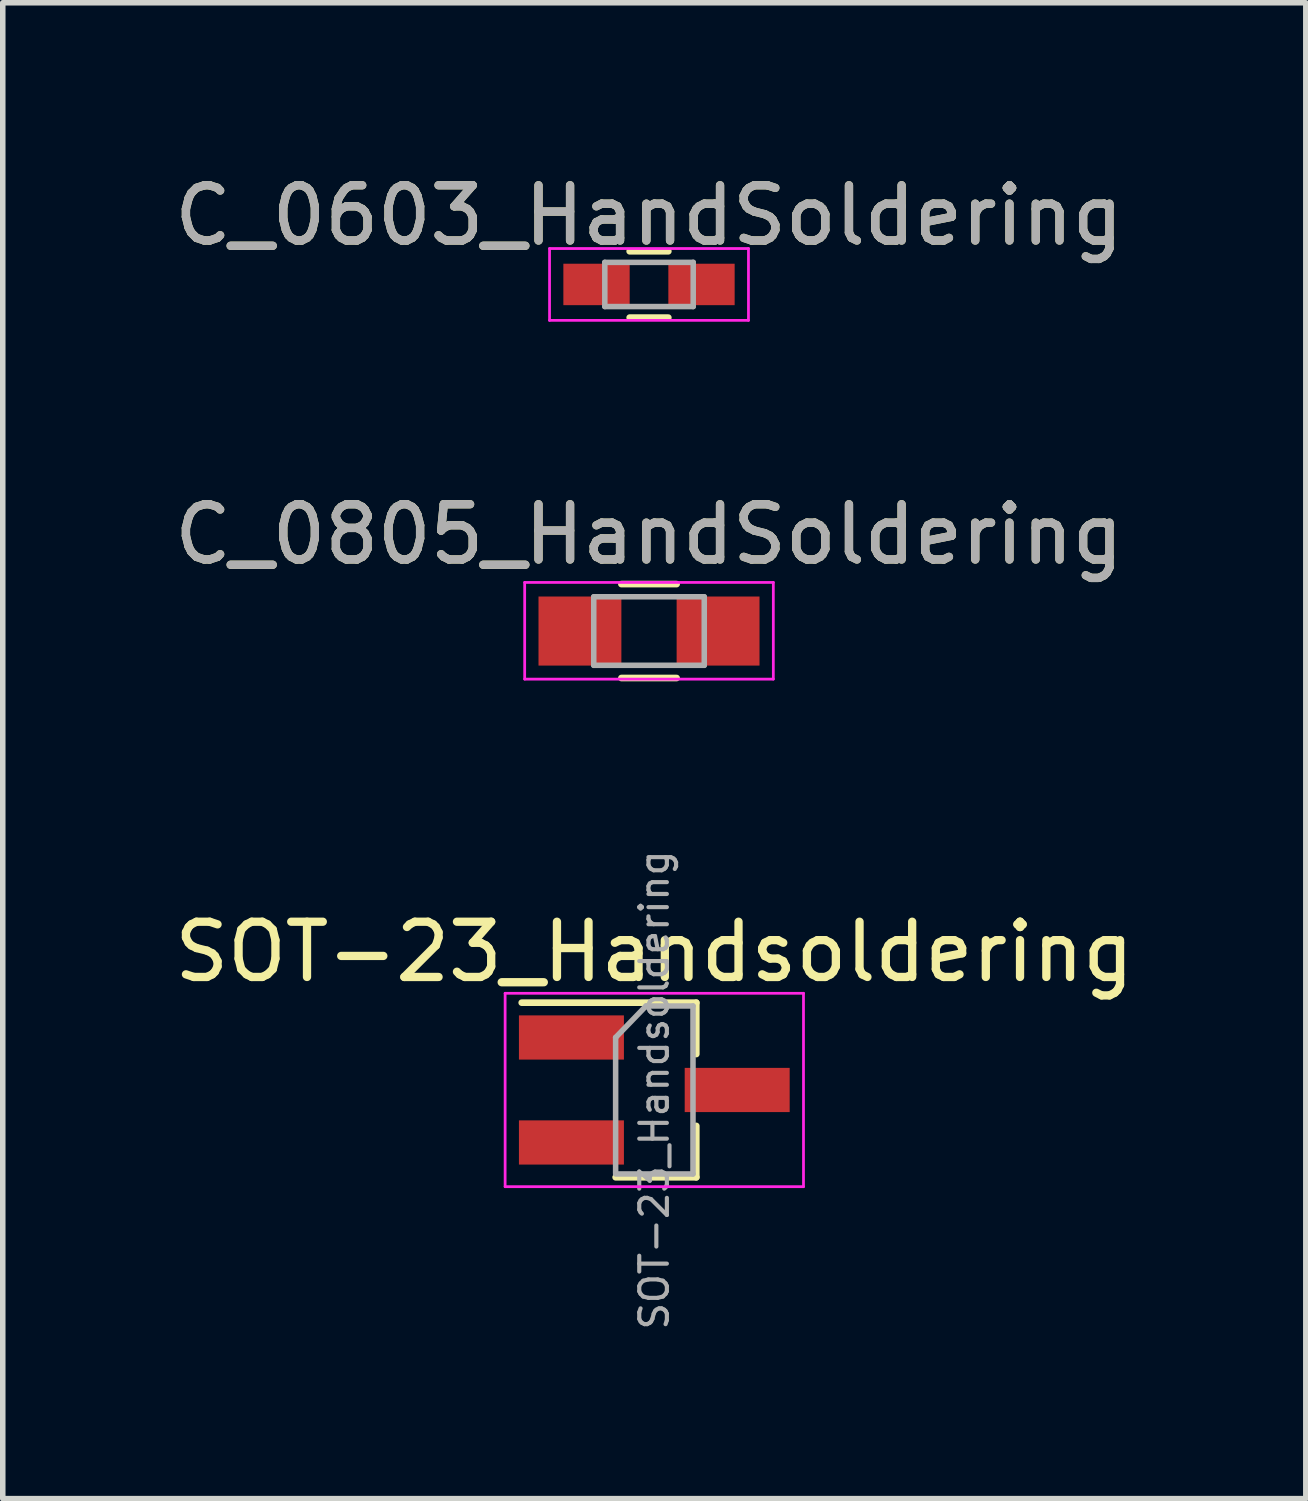
<source format=kicad_pcb>
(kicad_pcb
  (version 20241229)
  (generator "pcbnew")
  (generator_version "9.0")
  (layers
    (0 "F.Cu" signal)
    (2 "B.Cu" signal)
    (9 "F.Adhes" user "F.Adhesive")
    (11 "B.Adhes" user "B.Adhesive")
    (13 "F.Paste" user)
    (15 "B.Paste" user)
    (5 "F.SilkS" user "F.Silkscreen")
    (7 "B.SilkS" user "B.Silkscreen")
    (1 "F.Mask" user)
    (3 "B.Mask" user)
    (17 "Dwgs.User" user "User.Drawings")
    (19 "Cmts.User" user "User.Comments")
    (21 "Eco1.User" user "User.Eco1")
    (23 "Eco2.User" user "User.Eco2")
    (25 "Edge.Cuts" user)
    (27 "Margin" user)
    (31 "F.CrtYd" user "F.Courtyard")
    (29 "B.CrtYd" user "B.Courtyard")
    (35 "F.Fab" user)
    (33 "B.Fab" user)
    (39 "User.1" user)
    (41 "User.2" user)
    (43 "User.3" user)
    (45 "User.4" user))
  (footprint "C_0603_HandSoldering"
    (layer "F.Cu")
    (at 8.696 2.098)
    (property "Reference" "C_0603_HandSoldering" (at 0 -1.25 180) (layer "F.SilkS") (effects (font (size 1 1) (thickness 0.15))))
    (attr smd)
    (fp_line (start -0.35 -0.6) (end 0.35 -0.6) (stroke (width 0.12) (type solid)) (layer "F.SilkS"))
    (fp_line (start 0.35 0.6) (end -0.35 0.6) (stroke (width 0.12) (type solid)) (layer "F.SilkS"))
    (fp_line (start -1.8 -0.65) (end -1.8 0.65) (stroke (width 0.05) (type solid)) (layer "F.CrtYd"))
    (fp_line (start -1.8 -0.65) (end 1.8 -0.65) (stroke (width 0.05) (type solid)) (layer "F.CrtYd"))
    (fp_line (start 1.8 0.65) (end -1.8 0.65) (stroke (width 0.05) (type solid)) (layer "F.CrtYd"))
    (fp_line (start 1.8 0.65) (end 1.8 -0.65) (stroke (width 0.05) (type solid)) (layer "F.CrtYd"))
    (fp_line (start -0.8 -0.4) (end 0.8 -0.4) (stroke (width 0.1) (type solid)) (layer "F.Fab"))
    (fp_line (start -0.8 0.4) (end -0.8 -0.4) (stroke (width 0.1) (type solid)) (layer "F.Fab"))
    (fp_line (start 0.8 -0.4) (end 0.8 0.4) (stroke (width 0.1) (type solid)) (layer "F.Fab"))
    (fp_line (start 0.8 0.4) (end -0.8 0.4) (stroke (width 0.1) (type solid)) (layer "F.Fab"))
    (fp_text user "${REFERENCE}" (at 0 -1.25 180) (layer "F.Fab") (effects (font (size 1 1) (thickness 0.15))))
    (pad "1" smd rect (at -0.95 0) (size 1.2 0.75) (layers "F.Cu" "F.Mask" "F.Paste"))
    (pad "2" smd rect (at 0.95 0) (size 1.2 0.75) (layers "F.Cu" "F.Mask" "F.Paste")))
  (footprint "C_0805_HandSoldering"
    (layer "F.Cu")
    (at 8.696 8.371)
    (property "Reference" "C_0805_HandSoldering" (at 0 -1.75 180) (layer "F.SilkS") (effects (font (size 1 1) (thickness 0.15))))
    (attr smd)
    (fp_line (start -0.5 0.85) (end 0.5 0.85) (stroke (width 0.12) (type solid)) (layer "F.SilkS"))
    (fp_line (start 0.5 -0.85) (end -0.5 -0.85) (stroke (width 0.12) (type solid)) (layer "F.SilkS"))
    (fp_line (start -2.25 -0.88) (end -2.25 0.87) (stroke (width 0.05) (type solid)) (layer "F.CrtYd"))
    (fp_line (start -2.25 -0.88) (end 2.25 -0.88) (stroke (width 0.05) (type solid)) (layer "F.CrtYd"))
    (fp_line (start 2.25 0.87) (end -2.25 0.87) (stroke (width 0.05) (type solid)) (layer "F.CrtYd"))
    (fp_line (start 2.25 0.87) (end 2.25 -0.88) (stroke (width 0.05) (type solid)) (layer "F.CrtYd"))
    (fp_line (start -1 -0.62) (end 1 -0.62) (stroke (width 0.1) (type solid)) (layer "F.Fab"))
    (fp_line (start -1 0.62) (end -1 -0.62) (stroke (width 0.1) (type solid)) (layer "F.Fab"))
    (fp_line (start 1 -0.62) (end 1 0.62) (stroke (width 0.1) (type solid)) (layer "F.Fab"))
    (fp_line (start 1 0.62) (end -1 0.62) (stroke (width 0.1) (type solid)) (layer "F.Fab"))
    (fp_text user "${REFERENCE}" (at 0 -1.75 180) (layer "F.Fab") (effects (font (size 1 1) (thickness 0.15))))
    (pad "1" smd rect (at -1.25 0) (size 1.5 1.25) (layers "F.Cu" "F.Mask" "F.Paste"))
    (pad "2" smd rect (at 1.25 0) (size 1.5 1.25) (layers "F.Cu" "F.Mask" "F.Paste")))
  (footprint "SOT-23_Handsoldering"
    (layer "F.Cu")
    (at 8.792 16.677)
    (property "Reference" "SOT-23_Handsoldering" (at 0 -2.5 0) (layer "F.SilkS") (effects (font (size 1 1) (thickness 0.15))))
    (attr smd)
    (fp_line (start 0.76 -1.58) (end -2.4 -1.58) (stroke (width 0.12) (type solid)) (layer "F.SilkS"))
    (fp_line (start 0.76 -1.58) (end 0.76 -0.65) (stroke (width 0.12) (type solid)) (layer "F.SilkS"))
    (fp_line (start 0.76 1.58) (end -0.7 1.58) (stroke (width 0.12) (type solid)) (layer "F.SilkS"))
    (fp_line (start 0.76 1.58) (end 0.76 0.65) (stroke (width 0.12) (type solid)) (layer "F.SilkS"))
    (fp_line (start -2.7 -1.75) (end 2.7 -1.75) (stroke (width 0.05) (type solid)) (layer "F.CrtYd"))
    (fp_line (start -2.7 1.75) (end -2.7 -1.75) (stroke (width 0.05) (type solid)) (layer "F.CrtYd"))
    (fp_line (start 2.7 -1.75) (end 2.7 1.75) (stroke (width 0.05) (type solid)) (layer "F.CrtYd"))
    (fp_line (start 2.7 1.75) (end -2.7 1.75) (stroke (width 0.05) (type solid)) (layer "F.CrtYd"))
    (fp_line (start -0.7 -0.95) (end -0.7 1.5) (stroke (width 0.1) (type solid)) (layer "F.Fab"))
    (fp_line (start -0.7 -0.95) (end -0.15 -1.52) (stroke (width 0.1) (type solid)) (layer "F.Fab"))
    (fp_line (start -0.7 1.52) (end 0.7 1.52) (stroke (width 0.1) (type solid)) (layer "F.Fab"))
    (fp_line (start -0.15 -1.52) (end 0.7 -1.52) (stroke (width 0.1) (type solid)) (layer "F.Fab"))
    (fp_line (start 0.7 -1.52) (end 0.7 1.52) (stroke (width 0.1) (type solid)) (layer "F.Fab"))
    (fp_text user "${REFERENCE}" (at 0 0 270) (layer "F.Fab") (effects (font (size 0.5 0.5) (thickness 0.075))))
    (pad "1" smd rect (at -1.5 -0.95) (size 1.9 0.8) (layers "F.Cu" "F.Mask" "F.Paste"))
    (pad "2" smd rect (at -1.5 0.95) (size 1.9 0.8) (layers "F.Cu" "F.Mask" "F.Paste"))
    (pad "3" smd rect (at 1.5 0) (size 1.9 0.8) (layers "F.Cu" "F.Mask" "F.Paste")))
  (gr_rect
    (start -3 -3)
    (end 20.583 24.073)
    (stroke (width 0.1) (type default))
    (fill no)
    (layer "Edge.Cuts")))
</source>
